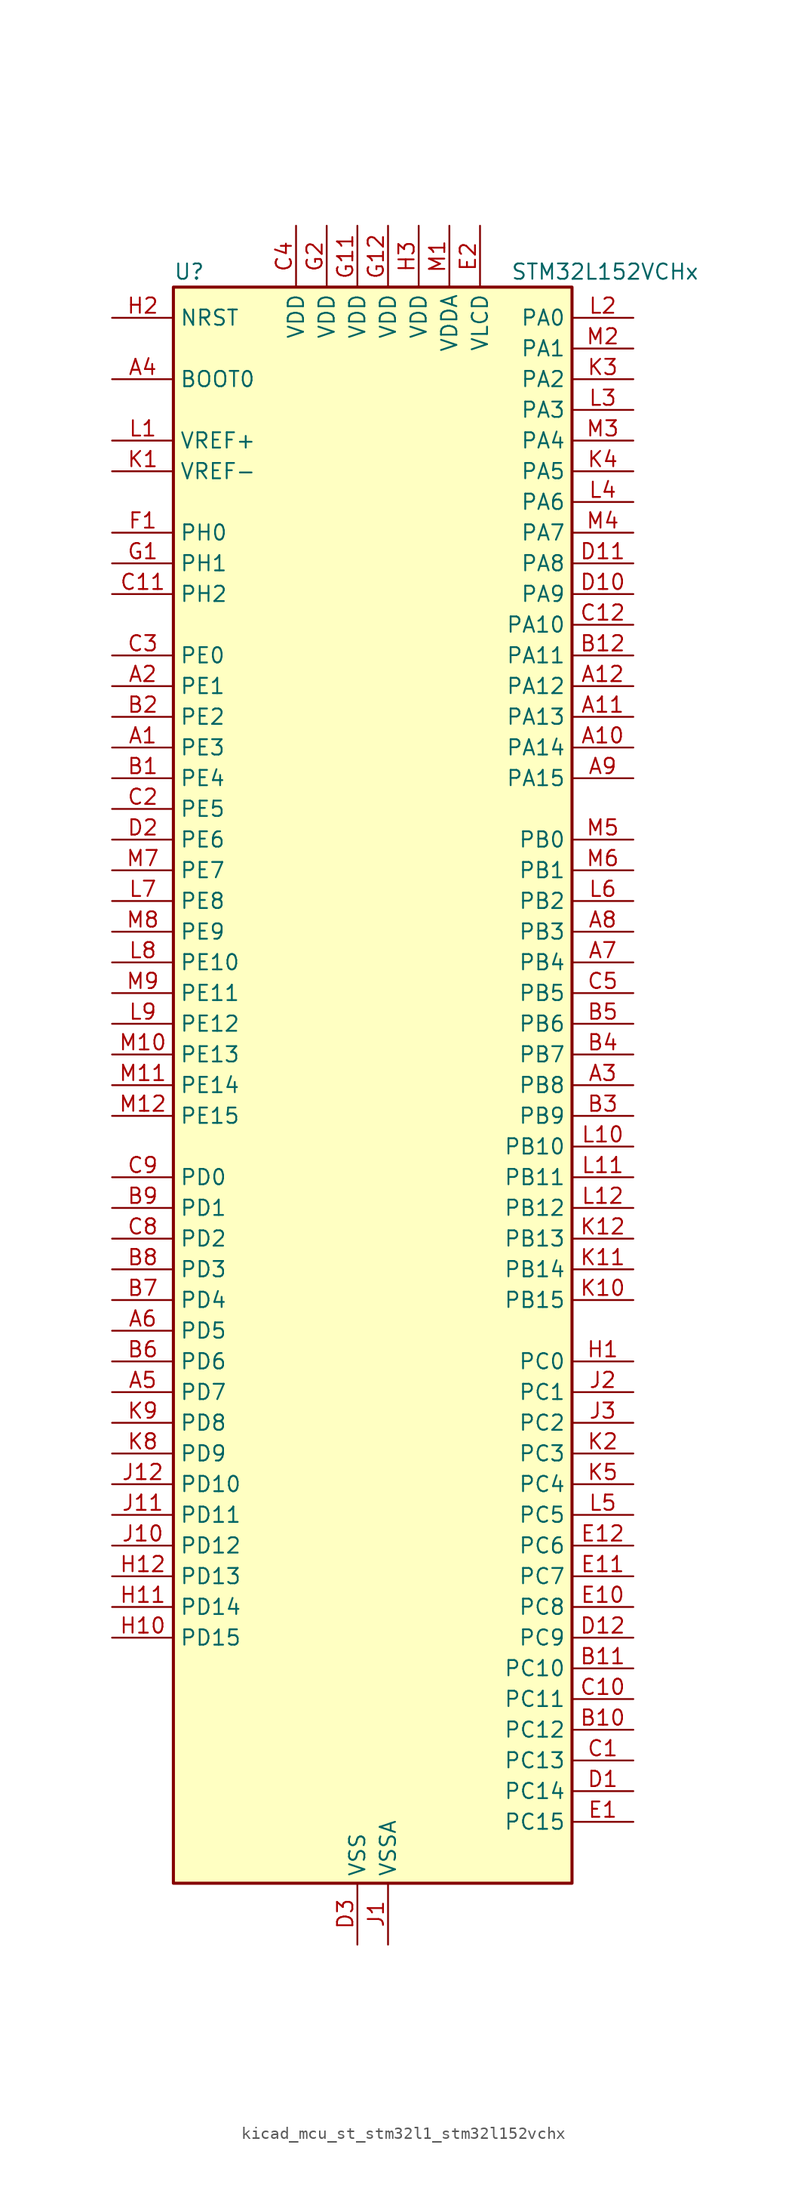
<source format=kicad_sym>
(kicad_symbol_lib
  (version 20220914)
  (generator kicad_symbol_editor)
  (symbol "kicad_mcu_st_stm32l1_stm32l152vchx"
    (property "Reference" "U"
      (at -15.24 67.31 0)
      (effects (font (size 1.27 1.27)) (justify left)))
    (property "Value" "STM32L152VCHx"
      (at 12.7 67.31 0)
      (effects (font (size 1.27 1.27)) (justify left)))
    (property "ki_locked" ""
      (at 0 0 0)
      (effects (font (size 1.27 1.27))))
    (symbol "kicad_mcu_st_stm32l1_stm32l152vchx_0_1"
      (rectangle (start -15.24 -66.04) (end 17.78 66.04) (stroke (width 0.254) (type default)) (fill (type background))))
    (symbol "kicad_mcu_st_stm32l1_stm32l152vchx_1_1"
      (pin bidirectional line (at -20.32 27.94 0) (length 5.08) (name "PE3" (effects (font (size 1.27 1.27)))) (number "A1" (effects (font (size 1.27 1.27)))) (alternate "LCD_SEG39" bidirectional line) (alternate "SYS_TRACED0" bidirectional line) (alternate "TIM3_CH1" bidirectional line) (alternate "TIMX_IC4" bidirectional line))
      (pin bidirectional line (at 22.86 27.94 180) (length 5.08) (name "PA14" (effects (font (size 1.27 1.27)))) (number "A10" (effects (font (size 1.27 1.27)))) (alternate "SYS_JTCK-SWCLK" bidirectional line) (alternate "TIMX_IC3" bidirectional line) (alternate "TS_G5_IO2" bidirectional line))
      (pin bidirectional line (at 22.86 30.48 180) (length 5.08) (name "PA13" (effects (font (size 1.27 1.27)))) (number "A11" (effects (font (size 1.27 1.27)))) (alternate "SYS_JTMS-SWDIO" bidirectional line) (alternate "TIMX_IC2" bidirectional line) (alternate "TS_G5_IO1" bidirectional line))
      (pin bidirectional line (at 22.86 33.02 180) (length 5.08) (name "PA12" (effects (font (size 1.27 1.27)))) (number "A12" (effects (font (size 1.27 1.27)))) (alternate "SPI1_MOSI" bidirectional line) (alternate "TIMX_IC1" bidirectional line) (alternate "USART1_RTS" bidirectional line) (alternate "USB_DP" bidirectional line))
      (pin bidirectional line (at -20.32 33.02 0) (length 5.08) (name "PE1" (effects (font (size 1.27 1.27)))) (number "A2" (effects (font (size 1.27 1.27)))) (alternate "LCD_SEG37" bidirectional line) (alternate "TIM11_CH1" bidirectional line) (alternate "TIMX_IC2" bidirectional line))
      (pin bidirectional line (at 22.86 0 180) (length 5.08) (name "PB8" (effects (font (size 1.27 1.27)))) (number "A3" (effects (font (size 1.27 1.27)))) (alternate "I2C1_SCL" bidirectional line) (alternate "LCD_SEG16" bidirectional line) (alternate "TIM10_CH1" bidirectional line) (alternate "TIM4_CH3" bidirectional line))
      (pin input line (at -20.32 58.42 0) (length 5.08) (name "BOOT0" (effects (font (size 1.27 1.27)))) (number "A4" (effects (font (size 1.27 1.27)))))
      (pin bidirectional line (at -20.32 -25.4 0) (length 5.08) (name "PD7" (effects (font (size 1.27 1.27)))) (number "A5" (effects (font (size 1.27 1.27)))) (alternate "TIM9_CH2" bidirectional line) (alternate "TIMX_IC4" bidirectional line) (alternate "USART2_CK" bidirectional line))
      (pin bidirectional line (at -20.32 -20.32 0) (length 5.08) (name "PD5" (effects (font (size 1.27 1.27)))) (number "A6" (effects (font (size 1.27 1.27)))) (alternate "TIMX_IC2" bidirectional line) (alternate "USART2_TX" bidirectional line))
      (pin bidirectional line (at 22.86 10.16 180) (length 5.08) (name "PB4" (effects (font (size 1.27 1.27)))) (number "A7" (effects (font (size 1.27 1.27)))) (alternate "COMP2_INP" bidirectional line) (alternate "LCD_SEG8" bidirectional line) (alternate "SPI1_MISO" bidirectional line) (alternate "SPI3_MISO" bidirectional line) (alternate "SYS_JTRST" bidirectional line) (alternate "TIM3_CH1" bidirectional line) (alternate "TS_G6_IO1" bidirectional line))
      (pin bidirectional line (at 22.86 12.7 180) (length 5.08) (name "PB3" (effects (font (size 1.27 1.27)))) (number "A8" (effects (font (size 1.27 1.27)))) (alternate "COMP2_INM" bidirectional line) (alternate "I2S3_CK" bidirectional line) (alternate "LCD_SEG7" bidirectional line) (alternate "SPI1_SCK" bidirectional line) (alternate "SPI3_SCK" bidirectional line) (alternate "SYS_JTDO-TRACESWO" bidirectional line) (alternate "TIM2_CH2" bidirectional line))
      (pin bidirectional line (at 22.86 25.4 180) (length 5.08) (name "PA15" (effects (font (size 1.27 1.27)))) (number "A9" (effects (font (size 1.27 1.27)))) (alternate "ADC_EXTI15" bidirectional line) (alternate "I2S3_WS" bidirectional line) (alternate "LCD_SEG17" bidirectional line) (alternate "SPI1_NSS" bidirectional line) (alternate "SPI3_NSS" bidirectional line) (alternate "SYS_JTDI" bidirectional line) (alternate "TIM2_CH1" bidirectional line) (alternate "TIM2_ETR" bidirectional line) (alternate "TIMX_IC4" bidirectional line) (alternate "TS_G5_IO3" bidirectional line))
      (pin bidirectional line (at -20.32 25.4 0) (length 5.08) (name "PE4" (effects (font (size 1.27 1.27)))) (number "B1" (effects (font (size 1.27 1.27)))) (alternate "SYS_TRACED1" bidirectional line) (alternate "TIM3_CH2" bidirectional line) (alternate "TIMX_IC1" bidirectional line))
      (pin bidirectional line (at 22.86 -53.34 180) (length 5.08) (name "PC12" (effects (font (size 1.27 1.27)))) (number "B10" (effects (font (size 1.27 1.27)))) (alternate "I2S3_SD" bidirectional line) (alternate "LCD_COM6" bidirectional line) (alternate "LCD_SEG30" bidirectional line) (alternate "LCD_SEG42" bidirectional line) (alternate "SPI3_MOSI" bidirectional line) (alternate "TIMX_IC1" bidirectional line) (alternate "USART3_CK" bidirectional line))
      (pin bidirectional line (at 22.86 -48.26 180) (length 5.08) (name "PC10" (effects (font (size 1.27 1.27)))) (number "B11" (effects (font (size 1.27 1.27)))) (alternate "I2S3_CK" bidirectional line) (alternate "LCD_COM4" bidirectional line) (alternate "LCD_SEG28" bidirectional line) (alternate "LCD_SEG40" bidirectional line) (alternate "SPI3_SCK" bidirectional line) (alternate "TIMX_IC3" bidirectional line) (alternate "USART3_TX" bidirectional line))
      (pin bidirectional line (at 22.86 35.56 180) (length 5.08) (name "PA11" (effects (font (size 1.27 1.27)))) (number "B12" (effects (font (size 1.27 1.27)))) (alternate "ADC_EXTI11" bidirectional line) (alternate "SPI1_MISO" bidirectional line) (alternate "TIMX_IC4" bidirectional line) (alternate "USART1_CTS" bidirectional line) (alternate "USB_DM" bidirectional line))
      (pin bidirectional line (at -20.32 30.48 0) (length 5.08) (name "PE2" (effects (font (size 1.27 1.27)))) (number "B2" (effects (font (size 1.27 1.27)))) (alternate "LCD_SEG38" bidirectional line) (alternate "SYS_TRACECK" bidirectional line) (alternate "TIM3_ETR" bidirectional line) (alternate "TIMX_IC3" bidirectional line))
      (pin bidirectional line (at 22.86 -2.54 180) (length 5.08) (name "PB9" (effects (font (size 1.27 1.27)))) (number "B3" (effects (font (size 1.27 1.27)))) (alternate "DAC_EXTI9" bidirectional line) (alternate "I2C1_SDA" bidirectional line) (alternate "LCD_COM3" bidirectional line) (alternate "TIM11_CH1" bidirectional line) (alternate "TIM4_CH4" bidirectional line))
      (pin bidirectional line (at 22.86 2.54 180) (length 5.08) (name "PB7" (effects (font (size 1.27 1.27)))) (number "B4" (effects (font (size 1.27 1.27)))) (alternate "COMP2_INP" bidirectional line) (alternate "I2C1_SDA" bidirectional line) (alternate "SYS_PVD_IN" bidirectional line) (alternate "TIM4_CH2" bidirectional line) (alternate "TS_G6_IO4" bidirectional line) (alternate "USART1_RX" bidirectional line))
      (pin bidirectional line (at 22.86 5.08 180) (length 5.08) (name "PB6" (effects (font (size 1.27 1.27)))) (number "B5" (effects (font (size 1.27 1.27)))) (alternate "COMP2_INP" bidirectional line) (alternate "I2C1_SCL" bidirectional line) (alternate "TIM4_CH1" bidirectional line) (alternate "TS_G6_IO3" bidirectional line) (alternate "USART1_TX" bidirectional line))
      (pin bidirectional line (at -20.32 -22.86 0) (length 5.08) (name "PD6" (effects (font (size 1.27 1.27)))) (number "B6" (effects (font (size 1.27 1.27)))) (alternate "TIMX_IC3" bidirectional line) (alternate "USART2_RX" bidirectional line))
      (pin bidirectional line (at -20.32 -17.78 0) (length 5.08) (name "PD4" (effects (font (size 1.27 1.27)))) (number "B7" (effects (font (size 1.27 1.27)))) (alternate "I2S2_SD" bidirectional line) (alternate "SPI2_MOSI" bidirectional line) (alternate "TIMX_IC1" bidirectional line) (alternate "USART2_RTS" bidirectional line))
      (pin bidirectional line (at -20.32 -15.24 0) (length 5.08) (name "PD3" (effects (font (size 1.27 1.27)))) (number "B8" (effects (font (size 1.27 1.27)))) (alternate "SPI2_MISO" bidirectional line) (alternate "TIMX_IC4" bidirectional line) (alternate "USART2_CTS" bidirectional line))
      (pin bidirectional line (at -20.32 -10.16 0) (length 5.08) (name "PD1" (effects (font (size 1.27 1.27)))) (number "B9" (effects (font (size 1.27 1.27)))) (alternate "I2S2_CK" bidirectional line) (alternate "SPI2_SCK" bidirectional line) (alternate "TIMX_IC2" bidirectional line))
      (pin bidirectional line (at 22.86 -55.88 180) (length 5.08) (name "PC13" (effects (font (size 1.27 1.27)))) (number "C1" (effects (font (size 1.27 1.27)))) (alternate "RTC_OUT_ALARM" bidirectional line) (alternate "RTC_OUT_CALIB" bidirectional line) (alternate "RTC_TAMP1" bidirectional line) (alternate "RTC_TS" bidirectional line) (alternate "SYS_WKUP2" bidirectional line) (alternate "TIMX_IC2" bidirectional line))
      (pin bidirectional line (at 22.86 -50.8 180) (length 5.08) (name "PC11" (effects (font (size 1.27 1.27)))) (number "C10" (effects (font (size 1.27 1.27)))) (alternate "ADC_EXTI11" bidirectional line) (alternate "LCD_COM5" bidirectional line) (alternate "LCD_SEG29" bidirectional line) (alternate "LCD_SEG41" bidirectional line) (alternate "SPI3_MISO" bidirectional line) (alternate "TIMX_IC4" bidirectional line) (alternate "USART3_RX" bidirectional line))
      (pin bidirectional line (at -20.32 40.64 0) (length 5.08) (name "PH2" (effects (font (size 1.27 1.27)))) (number "C11" (effects (font (size 1.27 1.27)))))
      (pin bidirectional line (at 22.86 38.1 180) (length 5.08) (name "PA10" (effects (font (size 1.27 1.27)))) (number "C12" (effects (font (size 1.27 1.27)))) (alternate "LCD_COM2" bidirectional line) (alternate "TIMX_IC3" bidirectional line) (alternate "TS_G4_IO3" bidirectional line) (alternate "USART1_RX" bidirectional line))
      (pin bidirectional line (at -20.32 22.86 0) (length 5.08) (name "PE5" (effects (font (size 1.27 1.27)))) (number "C2" (effects (font (size 1.27 1.27)))) (alternate "SYS_TRACED2" bidirectional line) (alternate "TIM9_CH1" bidirectional line) (alternate "TIMX_IC2" bidirectional line))
      (pin bidirectional line (at -20.32 35.56 0) (length 5.08) (name "PE0" (effects (font (size 1.27 1.27)))) (number "C3" (effects (font (size 1.27 1.27)))) (alternate "LCD_SEG36" bidirectional line) (alternate "TIM10_CH1" bidirectional line) (alternate "TIM4_ETR" bidirectional line) (alternate "TIMX_IC1" bidirectional line))
      (pin power_in line (at -5.08 71.12 270) (length 5.08) (name "VDD" (effects (font (size 1.27 1.27)))) (number "C4" (effects (font (size 1.27 1.27)))))
      (pin bidirectional line (at 22.86 7.62 180) (length 5.08) (name "PB5" (effects (font (size 1.27 1.27)))) (number "C5" (effects (font (size 1.27 1.27)))) (alternate "COMP2_INP" bidirectional line) (alternate "I2C1_SMBA" bidirectional line) (alternate "I2S3_SD" bidirectional line) (alternate "LCD_SEG9" bidirectional line) (alternate "SPI1_MOSI" bidirectional line) (alternate "SPI3_MOSI" bidirectional line) (alternate "TIM3_CH2" bidirectional line) (alternate "TS_G6_IO2" bidirectional line))
      (pin bidirectional line (at -20.32 -12.7 0) (length 5.08) (name "PD2" (effects (font (size 1.27 1.27)))) (number "C8" (effects (font (size 1.27 1.27)))) (alternate "LCD_COM7" bidirectional line) (alternate "LCD_SEG31" bidirectional line) (alternate "LCD_SEG43" bidirectional line) (alternate "TIM3_ETR" bidirectional line) (alternate "TIMX_IC3" bidirectional line))
      (pin bidirectional line (at -20.32 -7.62 0) (length 5.08) (name "PD0" (effects (font (size 1.27 1.27)))) (number "C9" (effects (font (size 1.27 1.27)))) (alternate "I2S2_WS" bidirectional line) (alternate "SPI2_NSS" bidirectional line) (alternate "TIM9_CH1" bidirectional line) (alternate "TIMX_IC1" bidirectional line))
      (pin bidirectional line (at 22.86 -58.42 180) (length 5.08) (name "PC14" (effects (font (size 1.27 1.27)))) (number "D1" (effects (font (size 1.27 1.27)))) (alternate "RCC_OSC32_IN" bidirectional line) (alternate "TIMX_IC3" bidirectional line))
      (pin bidirectional line (at 22.86 40.64 180) (length 5.08) (name "PA9" (effects (font (size 1.27 1.27)))) (number "D10" (effects (font (size 1.27 1.27)))) (alternate "DAC_EXTI9" bidirectional line) (alternate "LCD_COM1" bidirectional line) (alternate "TIMX_IC2" bidirectional line) (alternate "TS_G4_IO2" bidirectional line) (alternate "USART1_TX" bidirectional line))
      (pin bidirectional line (at 22.86 43.18 180) (length 5.08) (name "PA8" (effects (font (size 1.27 1.27)))) (number "D11" (effects (font (size 1.27 1.27)))) (alternate "LCD_COM0" bidirectional line) (alternate "RCC_MCO" bidirectional line) (alternate "TIMX_IC1" bidirectional line) (alternate "TS_G4_IO1" bidirectional line) (alternate "USART1_CK" bidirectional line))
      (pin bidirectional line (at 22.86 -45.72 180) (length 5.08) (name "PC9" (effects (font (size 1.27 1.27)))) (number "D12" (effects (font (size 1.27 1.27)))) (alternate "DAC_EXTI9" bidirectional line) (alternate "LCD_SEG27" bidirectional line) (alternate "TIM3_CH4" bidirectional line) (alternate "TIMX_IC2" bidirectional line) (alternate "TS_G10_IO4" bidirectional line))
      (pin bidirectional line (at -20.32 20.32 0) (length 5.08) (name "PE6" (effects (font (size 1.27 1.27)))) (number "D2" (effects (font (size 1.27 1.27)))) (alternate "RTC_TAMP3" bidirectional line) (alternate "SYS_TRACED3" bidirectional line) (alternate "SYS_WKUP3" bidirectional line) (alternate "TIM9_CH2" bidirectional line) (alternate "TIMX_IC3" bidirectional line))
      (pin power_in line (at 0 -71.12 90) (length 5.08) (name "VSS" (effects (font (size 1.27 1.27)))) (number "D3" (effects (font (size 1.27 1.27)))))
      (pin bidirectional line (at 22.86 -60.96 180) (length 5.08) (name "PC15" (effects (font (size 1.27 1.27)))) (number "E1" (effects (font (size 1.27 1.27)))) (alternate "ADC_EXTI15" bidirectional line) (alternate "RCC_OSC32_OUT" bidirectional line) (alternate "TIMX_IC4" bidirectional line))
      (pin bidirectional line (at 22.86 -43.18 180) (length 5.08) (name "PC8" (effects (font (size 1.27 1.27)))) (number "E10" (effects (font (size 1.27 1.27)))) (alternate "LCD_SEG26" bidirectional line) (alternate "TIM3_CH3" bidirectional line) (alternate "TIMX_IC1" bidirectional line) (alternate "TS_G10_IO3" bidirectional line))
      (pin bidirectional line (at 22.86 -40.64 180) (length 5.08) (name "PC7" (effects (font (size 1.27 1.27)))) (number "E11" (effects (font (size 1.27 1.27)))) (alternate "I2S3_MCK" bidirectional line) (alternate "LCD_SEG25" bidirectional line) (alternate "TIM3_CH2" bidirectional line) (alternate "TIMX_IC4" bidirectional line) (alternate "TS_G10_IO2" bidirectional line))
      (pin bidirectional line (at 22.86 -38.1 180) (length 5.08) (name "PC6" (effects (font (size 1.27 1.27)))) (number "E12" (effects (font (size 1.27 1.27)))) (alternate "I2S2_MCK" bidirectional line) (alternate "LCD_SEG24" bidirectional line) (alternate "TIM3_CH1" bidirectional line) (alternate "TIMX_IC3" bidirectional line) (alternate "TS_G10_IO1" bidirectional line))
      (pin power_in line (at 10.16 71.12 270) (length 5.08) (name "VLCD" (effects (font (size 1.27 1.27)))) (number "E2" (effects (font (size 1.27 1.27)))))
      (pin passive line (at 0 -71.12 90) (length 5.08) hide (name "VSS" (effects (font (size 1.27 1.27)))) (number "E3" (effects (font (size 1.27 1.27)))))
      (pin bidirectional line (at -20.32 45.72 0) (length 5.08) (name "PH0" (effects (font (size 1.27 1.27)))) (number "F1" (effects (font (size 1.27 1.27)))) (alternate "RCC_OSC_IN" bidirectional line))
      (pin passive line (at 0 -71.12 90) (length 5.08) hide (name "VSS" (effects (font (size 1.27 1.27)))) (number "F11" (effects (font (size 1.27 1.27)))))
      (pin passive line (at 0 -71.12 90) (length 5.08) hide (name "VSS" (effects (font (size 1.27 1.27)))) (number "F12" (effects (font (size 1.27 1.27)))))
      (pin passive line (at 0 -71.12 90) (length 5.08) hide (name "VSS" (effects (font (size 1.27 1.27)))) (number "F2" (effects (font (size 1.27 1.27)))))
      (pin bidirectional line (at -20.32 43.18 0) (length 5.08) (name "PH1" (effects (font (size 1.27 1.27)))) (number "G1" (effects (font (size 1.27 1.27)))) (alternate "RCC_OSC_OUT" bidirectional line))
      (pin power_in line (at 0 71.12 270) (length 5.08) (name "VDD" (effects (font (size 1.27 1.27)))) (number "G11" (effects (font (size 1.27 1.27)))))
      (pin power_in line (at 2.54 71.12 270) (length 5.08) (name "VDD" (effects (font (size 1.27 1.27)))) (number "G12" (effects (font (size 1.27 1.27)))))
      (pin power_in line (at -2.54 71.12 270) (length 5.08) (name "VDD" (effects (font (size 1.27 1.27)))) (number "G2" (effects (font (size 1.27 1.27)))))
      (pin bidirectional line (at 22.86 -22.86 180) (length 5.08) (name "PC0" (effects (font (size 1.27 1.27)))) (number "H1" (effects (font (size 1.27 1.27)))) (alternate "ADC_IN10" bidirectional line) (alternate "COMP1_INP" bidirectional line) (alternate "LCD_SEG18" bidirectional line) (alternate "TIMX_IC1" bidirectional line) (alternate "TS_G8_IO1" bidirectional line))
      (pin bidirectional line (at -20.32 -45.72 0) (length 5.08) (name "PD15" (effects (font (size 1.27 1.27)))) (number "H10" (effects (font (size 1.27 1.27)))) (alternate "ADC_EXTI15" bidirectional line) (alternate "LCD_SEG35" bidirectional line) (alternate "TIM4_CH4" bidirectional line) (alternate "TIMX_IC4" bidirectional line))
      (pin bidirectional line (at -20.32 -43.18 0) (length 5.08) (name "PD14" (effects (font (size 1.27 1.27)))) (number "H11" (effects (font (size 1.27 1.27)))) (alternate "LCD_SEG34" bidirectional line) (alternate "TIM4_CH3" bidirectional line) (alternate "TIMX_IC3" bidirectional line))
      (pin bidirectional line (at -20.32 -40.64 0) (length 5.08) (name "PD13" (effects (font (size 1.27 1.27)))) (number "H12" (effects (font (size 1.27 1.27)))) (alternate "LCD_SEG33" bidirectional line) (alternate "TIM4_CH2" bidirectional line) (alternate "TIMX_IC2" bidirectional line))
      (pin input line (at -20.32 63.5 0) (length 5.08) (name "NRST" (effects (font (size 1.27 1.27)))) (number "H2" (effects (font (size 1.27 1.27)))))
      (pin power_in line (at 5.08 71.12 270) (length 5.08) (name "VDD" (effects (font (size 1.27 1.27)))) (number "H3" (effects (font (size 1.27 1.27)))))
      (pin power_in line (at 2.54 -71.12 90) (length 5.08) (name "VSSA" (effects (font (size 1.27 1.27)))) (number "J1" (effects (font (size 1.27 1.27)))))
      (pin bidirectional line (at -20.32 -38.1 0) (length 5.08) (name "PD12" (effects (font (size 1.27 1.27)))) (number "J10" (effects (font (size 1.27 1.27)))) (alternate "LCD_SEG32" bidirectional line) (alternate "TIM4_CH1" bidirectional line) (alternate "TIMX_IC1" bidirectional line) (alternate "USART3_RTS" bidirectional line))
      (pin bidirectional line (at -20.32 -35.56 0) (length 5.08) (name "PD11" (effects (font (size 1.27 1.27)))) (number "J11" (effects (font (size 1.27 1.27)))) (alternate "ADC_EXTI11" bidirectional line) (alternate "LCD_SEG31" bidirectional line) (alternate "TIMX_IC4" bidirectional line) (alternate "USART3_CTS" bidirectional line))
      (pin bidirectional line (at -20.32 -33.02 0) (length 5.08) (name "PD10" (effects (font (size 1.27 1.27)))) (number "J12" (effects (font (size 1.27 1.27)))) (alternate "LCD_SEG30" bidirectional line) (alternate "TIMX_IC3" bidirectional line) (alternate "USART3_CK" bidirectional line))
      (pin bidirectional line (at 22.86 -25.4 180) (length 5.08) (name "PC1" (effects (font (size 1.27 1.27)))) (number "J2" (effects (font (size 1.27 1.27)))) (alternate "ADC_IN11" bidirectional line) (alternate "COMP1_INP" bidirectional line) (alternate "LCD_SEG19" bidirectional line) (alternate "TIMX_IC2" bidirectional line) (alternate "TS_G8_IO2" bidirectional line))
      (pin bidirectional line (at 22.86 -27.94 180) (length 5.08) (name "PC2" (effects (font (size 1.27 1.27)))) (number "J3" (effects (font (size 1.27 1.27)))) (alternate "ADC_IN12" bidirectional line) (alternate "COMP1_INP" bidirectional line) (alternate "LCD_SEG20" bidirectional line) (alternate "TIMX_IC3" bidirectional line) (alternate "TS_G8_IO3" bidirectional line))
      (pin input line (at -20.32 50.8 0) (length 5.08) (name "VREF-" (effects (font (size 1.27 1.27)))) (number "K1" (effects (font (size 1.27 1.27)))))
      (pin bidirectional line (at 22.86 -17.78 180) (length 5.08) (name "PB15" (effects (font (size 1.27 1.27)))) (number "K10" (effects (font (size 1.27 1.27)))) (alternate "ADC_EXTI15" bidirectional line) (alternate "ADC_IN21" bidirectional line) (alternate "COMP1_INP" bidirectional line) (alternate "I2S2_SD" bidirectional line) (alternate "LCD_SEG15" bidirectional line) (alternate "RTC_REFIN" bidirectional line) (alternate "SPI2_MOSI" bidirectional line) (alternate "TIM11_CH1" bidirectional line) (alternate "TS_G7_IO4" bidirectional line))
      (pin bidirectional line (at 22.86 -15.24 180) (length 5.08) (name "PB14" (effects (font (size 1.27 1.27)))) (number "K11" (effects (font (size 1.27 1.27)))) (alternate "ADC_IN20" bidirectional line) (alternate "COMP1_INP" bidirectional line) (alternate "LCD_SEG14" bidirectional line) (alternate "SPI2_MISO" bidirectional line) (alternate "TIM9_CH2" bidirectional line) (alternate "TS_G7_IO3" bidirectional line) (alternate "USART3_RTS" bidirectional line))
      (pin bidirectional line (at 22.86 -12.7 180) (length 5.08) (name "PB13" (effects (font (size 1.27 1.27)))) (number "K12" (effects (font (size 1.27 1.27)))) (alternate "ADC_IN19" bidirectional line) (alternate "COMP1_INP" bidirectional line) (alternate "I2S2_CK" bidirectional line) (alternate "LCD_SEG13" bidirectional line) (alternate "SPI2_SCK" bidirectional line) (alternate "TIM9_CH1" bidirectional line) (alternate "TS_G7_IO2" bidirectional line) (alternate "USART3_CTS" bidirectional line))
      (pin bidirectional line (at 22.86 -30.48 180) (length 5.08) (name "PC3" (effects (font (size 1.27 1.27)))) (number "K2" (effects (font (size 1.27 1.27)))) (alternate "ADC_IN13" bidirectional line) (alternate "COMP1_INP" bidirectional line) (alternate "LCD_SEG21" bidirectional line) (alternate "TIMX_IC4" bidirectional line) (alternate "TS_G8_IO4" bidirectional line))
      (pin bidirectional line (at 22.86 58.42 180) (length 5.08) (name "PA2" (effects (font (size 1.27 1.27)))) (number "K3" (effects (font (size 1.27 1.27)))) (alternate "ADC_IN2" bidirectional line) (alternate "COMP1_INP" bidirectional line) (alternate "LCD_SEG1" bidirectional line) (alternate "OPAMP1_VINM" bidirectional line) (alternate "TIM2_CH3" bidirectional line) (alternate "TIM5_CH3" bidirectional line) (alternate "TIM9_CH1" bidirectional line) (alternate "TIMX_IC3" bidirectional line) (alternate "TS_G1_IO3" bidirectional line) (alternate "USART2_TX" bidirectional line))
      (pin bidirectional line (at 22.86 50.8 180) (length 5.08) (name "PA5" (effects (font (size 1.27 1.27)))) (number "K4" (effects (font (size 1.27 1.27)))) (alternate "ADC_IN5" bidirectional line) (alternate "COMP1_INP" bidirectional line) (alternate "DAC_OUT2" bidirectional line) (alternate "SPI1_SCK" bidirectional line) (alternate "TIM2_CH1" bidirectional line) (alternate "TIM2_ETR" bidirectional line) (alternate "TIMX_IC2" bidirectional line))
      (pin bidirectional line (at 22.86 -33.02 180) (length 5.08) (name "PC4" (effects (font (size 1.27 1.27)))) (number "K5" (effects (font (size 1.27 1.27)))) (alternate "ADC_IN14" bidirectional line) (alternate "COMP1_INP" bidirectional line) (alternate "LCD_SEG22" bidirectional line) (alternate "TIMX_IC1" bidirectional line) (alternate "TS_G9_IO1" bidirectional line))
      (pin bidirectional line (at -20.32 -30.48 0) (length 5.08) (name "PD9" (effects (font (size 1.27 1.27)))) (number "K8" (effects (font (size 1.27 1.27)))) (alternate "DAC_EXTI9" bidirectional line) (alternate "LCD_SEG29" bidirectional line) (alternate "TIMX_IC2" bidirectional line) (alternate "USART3_RX" bidirectional line))
      (pin bidirectional line (at -20.32 -27.94 0) (length 5.08) (name "PD8" (effects (font (size 1.27 1.27)))) (number "K9" (effects (font (size 1.27 1.27)))) (alternate "LCD_SEG28" bidirectional line) (alternate "TIMX_IC1" bidirectional line) (alternate "USART3_TX" bidirectional line))
      (pin input line (at -20.32 53.34 0) (length 5.08) (name "VREF+" (effects (font (size 1.27 1.27)))) (number "L1" (effects (font (size 1.27 1.27)))))
      (pin bidirectional line (at 22.86 -5.08 180) (length 5.08) (name "PB10" (effects (font (size 1.27 1.27)))) (number "L10" (effects (font (size 1.27 1.27)))) (alternate "I2C2_SCL" bidirectional line) (alternate "LCD_SEG10" bidirectional line) (alternate "TIM2_CH3" bidirectional line) (alternate "USART3_TX" bidirectional line))
      (pin bidirectional line (at 22.86 -7.62 180) (length 5.08) (name "PB11" (effects (font (size 1.27 1.27)))) (number "L11" (effects (font (size 1.27 1.27)))) (alternate "ADC_EXTI11" bidirectional line) (alternate "I2C2_SDA" bidirectional line) (alternate "LCD_SEG11" bidirectional line) (alternate "TIM2_CH4" bidirectional line) (alternate "USART3_RX" bidirectional line))
      (pin bidirectional line (at 22.86 -10.16 180) (length 5.08) (name "PB12" (effects (font (size 1.27 1.27)))) (number "L12" (effects (font (size 1.27 1.27)))) (alternate "ADC_IN18" bidirectional line) (alternate "COMP1_INP" bidirectional line) (alternate "I2C2_SMBA" bidirectional line) (alternate "I2S2_WS" bidirectional line) (alternate "LCD_SEG12" bidirectional line) (alternate "SPI2_NSS" bidirectional line) (alternate "TIM10_CH1" bidirectional line) (alternate "TS_G7_IO1" bidirectional line) (alternate "USART3_CK" bidirectional line))
      (pin bidirectional line (at 22.86 63.5 180) (length 5.08) (name "PA0" (effects (font (size 1.27 1.27)))) (number "L2" (effects (font (size 1.27 1.27)))) (alternate "ADC_IN0" bidirectional line) (alternate "COMP1_INP" bidirectional line) (alternate "RTC_TAMP2" bidirectional line) (alternate "SYS_WKUP1" bidirectional line) (alternate "TIM2_CH1" bidirectional line) (alternate "TIM2_ETR" bidirectional line) (alternate "TIM5_CH1" bidirectional line) (alternate "TIMX_IC1" bidirectional line) (alternate "TS_G1_IO1" bidirectional line) (alternate "USART2_CTS" bidirectional line))
      (pin bidirectional line (at 22.86 55.88 180) (length 5.08) (name "PA3" (effects (font (size 1.27 1.27)))) (number "L3" (effects (font (size 1.27 1.27)))) (alternate "ADC_IN3" bidirectional line) (alternate "COMP1_INP" bidirectional line) (alternate "LCD_SEG2" bidirectional line) (alternate "OPAMP1_VOUT" bidirectional line) (alternate "TIM2_CH4" bidirectional line) (alternate "TIM5_CH4" bidirectional line) (alternate "TIM9_CH2" bidirectional line) (alternate "TIMX_IC4" bidirectional line) (alternate "TS_G1_IO4" bidirectional line) (alternate "USART2_RX" bidirectional line))
      (pin bidirectional line (at 22.86 48.26 180) (length 5.08) (name "PA6" (effects (font (size 1.27 1.27)))) (number "L4" (effects (font (size 1.27 1.27)))) (alternate "ADC_IN6" bidirectional line) (alternate "COMP1_INP" bidirectional line) (alternate "LCD_SEG3" bidirectional line) (alternate "OPAMP2_VINP" bidirectional line) (alternate "SPI1_MISO" bidirectional line) (alternate "TIM10_CH1" bidirectional line) (alternate "TIM3_CH1" bidirectional line) (alternate "TIMX_IC3" bidirectional line) (alternate "TS_G2_IO1" bidirectional line))
      (pin bidirectional line (at 22.86 -35.56 180) (length 5.08) (name "PC5" (effects (font (size 1.27 1.27)))) (number "L5" (effects (font (size 1.27 1.27)))) (alternate "ADC_IN15" bidirectional line) (alternate "COMP1_INP" bidirectional line) (alternate "LCD_SEG23" bidirectional line) (alternate "TIMX_IC2" bidirectional line) (alternate "TS_G9_IO2" bidirectional line))
      (pin bidirectional line (at 22.86 15.24 180) (length 5.08) (name "PB2" (effects (font (size 1.27 1.27)))) (number "L6" (effects (font (size 1.27 1.27)))) (alternate "TS_G3_IO3" bidirectional line))
      (pin bidirectional line (at -20.32 15.24 0) (length 5.08) (name "PE8" (effects (font (size 1.27 1.27)))) (number "L7" (effects (font (size 1.27 1.27)))) (alternate "ADC_IN23" bidirectional line) (alternate "COMP1_INP" bidirectional line) (alternate "TIMX_IC1" bidirectional line))
      (pin bidirectional line (at -20.32 10.16 0) (length 5.08) (name "PE10" (effects (font (size 1.27 1.27)))) (number "L8" (effects (font (size 1.27 1.27)))) (alternate "ADC_IN25" bidirectional line) (alternate "COMP1_INP" bidirectional line) (alternate "TIM2_CH2" bidirectional line) (alternate "TIMX_IC3" bidirectional line))
      (pin bidirectional line (at -20.32 5.08 0) (length 5.08) (name "PE12" (effects (font (size 1.27 1.27)))) (number "L9" (effects (font (size 1.27 1.27)))) (alternate "SPI1_NSS" bidirectional line) (alternate "TIM2_CH4" bidirectional line) (alternate "TIMX_IC1" bidirectional line))
      (pin power_in line (at 7.62 71.12 270) (length 5.08) (name "VDDA" (effects (font (size 1.27 1.27)))) (number "M1" (effects (font (size 1.27 1.27)))))
      (pin bidirectional line (at -20.32 2.54 0) (length 5.08) (name "PE13" (effects (font (size 1.27 1.27)))) (number "M10" (effects (font (size 1.27 1.27)))) (alternate "SPI1_SCK" bidirectional line) (alternate "TIMX_IC2" bidirectional line))
      (pin bidirectional line (at -20.32 0 0) (length 5.08) (name "PE14" (effects (font (size 1.27 1.27)))) (number "M11" (effects (font (size 1.27 1.27)))) (alternate "SPI1_MISO" bidirectional line) (alternate "TIMX_IC3" bidirectional line))
      (pin bidirectional line (at -20.32 -2.54 0) (length 5.08) (name "PE15" (effects (font (size 1.27 1.27)))) (number "M12" (effects (font (size 1.27 1.27)))) (alternate "ADC_EXTI15" bidirectional line) (alternate "SPI1_MOSI" bidirectional line) (alternate "TIMX_IC4" bidirectional line))
      (pin bidirectional line (at 22.86 60.96 180) (length 5.08) (name "PA1" (effects (font (size 1.27 1.27)))) (number "M2" (effects (font (size 1.27 1.27)))) (alternate "ADC_IN1" bidirectional line) (alternate "COMP1_INP" bidirectional line) (alternate "LCD_SEG0" bidirectional line) (alternate "OPAMP1_VINP" bidirectional line) (alternate "TIM2_CH2" bidirectional line) (alternate "TIM5_CH2" bidirectional line) (alternate "TIMX_IC2" bidirectional line) (alternate "TS_G1_IO2" bidirectional line) (alternate "USART2_RTS" bidirectional line))
      (pin bidirectional line (at 22.86 53.34 180) (length 5.08) (name "PA4" (effects (font (size 1.27 1.27)))) (number "M3" (effects (font (size 1.27 1.27)))) (alternate "ADC_IN4" bidirectional line) (alternate "COMP1_INP" bidirectional line) (alternate "DAC_OUT1" bidirectional line) (alternate "I2S3_WS" bidirectional line) (alternate "SPI1_NSS" bidirectional line) (alternate "SPI3_NSS" bidirectional line) (alternate "TIMX_IC1" bidirectional line) (alternate "USART2_CK" bidirectional line))
      (pin bidirectional line (at 22.86 45.72 180) (length 5.08) (name "PA7" (effects (font (size 1.27 1.27)))) (number "M4" (effects (font (size 1.27 1.27)))) (alternate "ADC_IN7" bidirectional line) (alternate "COMP1_INP" bidirectional line) (alternate "LCD_SEG4" bidirectional line) (alternate "OPAMP2_VINM" bidirectional line) (alternate "SPI1_MOSI" bidirectional line) (alternate "TIM11_CH1" bidirectional line) (alternate "TIM3_CH2" bidirectional line) (alternate "TIMX_IC4" bidirectional line) (alternate "TS_G2_IO2" bidirectional line))
      (pin bidirectional line (at 22.86 20.32 180) (length 5.08) (name "PB0" (effects (font (size 1.27 1.27)))) (number "M5" (effects (font (size 1.27 1.27)))) (alternate "ADC_IN8" bidirectional line) (alternate "COMP1_INP" bidirectional line) (alternate "LCD_SEG5" bidirectional line) (alternate "OPAMP2_VOUT" bidirectional line) (alternate "SYS_V_REF_OUT" bidirectional line) (alternate "TIM3_CH3" bidirectional line) (alternate "TS_G3_IO1" bidirectional line))
      (pin bidirectional line (at 22.86 17.78 180) (length 5.08) (name "PB1" (effects (font (size 1.27 1.27)))) (number "M6" (effects (font (size 1.27 1.27)))) (alternate "ADC_IN9" bidirectional line) (alternate "COMP1_INP" bidirectional line) (alternate "LCD_SEG6" bidirectional line) (alternate "SYS_V_REF_OUT" bidirectional line) (alternate "TIM3_CH4" bidirectional line) (alternate "TS_G3_IO2" bidirectional line))
      (pin bidirectional line (at -20.32 17.78 0) (length 5.08) (name "PE7" (effects (font (size 1.27 1.27)))) (number "M7" (effects (font (size 1.27 1.27)))) (alternate "ADC_IN22" bidirectional line) (alternate "COMP1_INP" bidirectional line) (alternate "TIMX_IC4" bidirectional line))
      (pin bidirectional line (at -20.32 12.7 0) (length 5.08) (name "PE9" (effects (font (size 1.27 1.27)))) (number "M8" (effects (font (size 1.27 1.27)))) (alternate "ADC_IN24" bidirectional line) (alternate "COMP1_INP" bidirectional line) (alternate "DAC_EXTI9" bidirectional line) (alternate "TIM2_CH1" bidirectional line) (alternate "TIM2_ETR" bidirectional line) (alternate "TIM5_ETR" bidirectional line) (alternate "TIMX_IC2" bidirectional line))
      (pin bidirectional line (at -20.32 7.62 0) (length 5.08) (name "PE11" (effects (font (size 1.27 1.27)))) (number "M9" (effects (font (size 1.27 1.27)))) (alternate "ADC_EXTI11" bidirectional line) (alternate "TIM2_CH3" bidirectional line) (alternate "TIMX_IC4" bidirectional line)))))
</source>
